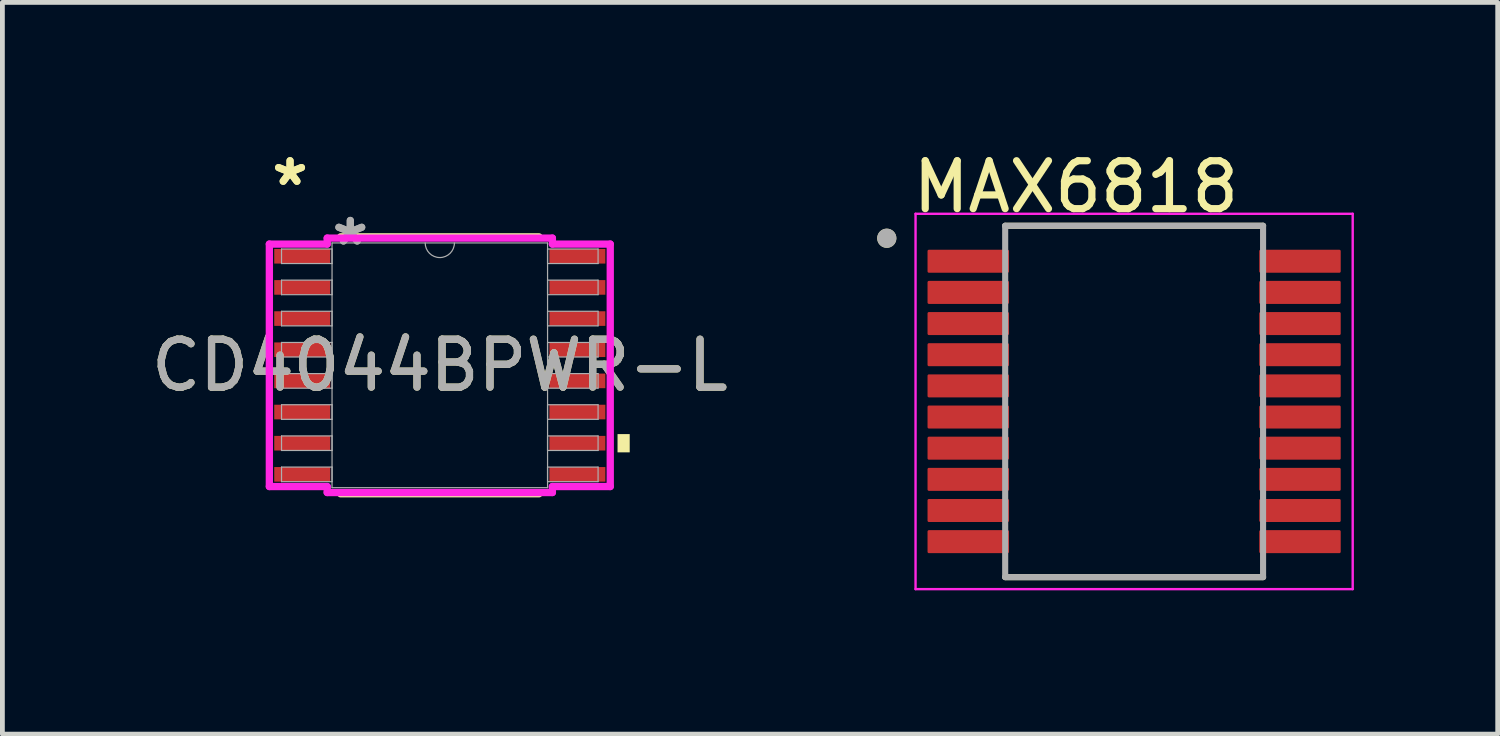
<source format=kicad_pcb>
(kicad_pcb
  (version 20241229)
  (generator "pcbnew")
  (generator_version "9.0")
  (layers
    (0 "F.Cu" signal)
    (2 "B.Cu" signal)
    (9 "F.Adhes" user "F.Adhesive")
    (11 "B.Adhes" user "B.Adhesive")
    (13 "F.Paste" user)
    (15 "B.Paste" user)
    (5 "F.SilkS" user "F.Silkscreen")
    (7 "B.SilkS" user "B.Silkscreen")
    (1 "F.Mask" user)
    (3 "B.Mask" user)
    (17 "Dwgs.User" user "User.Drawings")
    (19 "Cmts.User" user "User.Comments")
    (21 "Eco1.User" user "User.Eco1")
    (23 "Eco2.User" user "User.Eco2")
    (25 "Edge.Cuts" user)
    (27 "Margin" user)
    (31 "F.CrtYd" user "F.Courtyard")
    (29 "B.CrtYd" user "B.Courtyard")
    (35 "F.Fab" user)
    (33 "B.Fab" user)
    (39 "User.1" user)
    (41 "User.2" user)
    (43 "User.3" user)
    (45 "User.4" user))
  (footprint "CD4044BPWR-L"
    (layer "F.Cu")
    (at 6.125 4.571)
    (property "Reference" "CD4044BPWR-L" (at 0 0 0) (unlocked yes) (layer "F.SilkS") (effects (font (size 1 1) (thickness 0.15))))
    (attr smd)
    (fp_line (start -2.069 2.68) (end 2.069 2.68) (stroke (width 0.152) (type solid)) (layer "F.SilkS"))
    (fp_line (start 2.069 -2.68) (end -2.069 -2.68) (stroke (width 0.152) (type solid)) (layer "F.SilkS"))
    (fp_poly (pts (xy 3.962 1.435) (xy 3.962 1.816) (xy 3.708 1.816) (xy 3.708 1.435)) (stroke (width 0) (type solid)) (fill yes) (layer "F.SilkS"))
    (fp_line (start -3.556 -2.529) (end -2.349 -2.529) (stroke (width 0.152) (type solid)) (layer "F.CrtYd"))
    (fp_line (start -3.556 2.529) (end -3.556 -2.529) (stroke (width 0.152) (type solid)) (layer "F.CrtYd"))
    (fp_line (start -3.556 2.529) (end -2.349 2.529) (stroke (width 0.152) (type solid)) (layer "F.CrtYd"))
    (fp_line (start -2.349 -2.654) (end 2.349 -2.654) (stroke (width 0.152) (type solid)) (layer "F.CrtYd"))
    (fp_line (start -2.349 -2.529) (end -2.349 -2.654) (stroke (width 0.152) (type solid)) (layer "F.CrtYd"))
    (fp_line (start -2.349 2.654) (end -2.349 2.529) (stroke (width 0.152) (type solid)) (layer "F.CrtYd"))
    (fp_line (start 2.349 -2.654) (end 2.349 -2.529) (stroke (width 0.152) (type solid)) (layer "F.CrtYd"))
    (fp_line (start 2.349 2.529) (end 2.349 2.654) (stroke (width 0.152) (type solid)) (layer "F.CrtYd"))
    (fp_line (start 2.349 2.654) (end -2.349 2.654) (stroke (width 0.152) (type solid)) (layer "F.CrtYd"))
    (fp_line (start 3.556 -2.529) (end 2.349 -2.529) (stroke (width 0.152) (type solid)) (layer "F.CrtYd"))
    (fp_line (start 3.556 -2.529) (end 3.556 2.529) (stroke (width 0.152) (type solid)) (layer "F.CrtYd"))
    (fp_line (start 3.556 2.529) (end 2.349 2.529) (stroke (width 0.152) (type solid)) (layer "F.CrtYd"))
    (fp_line (start -3.302 -2.427) (end -3.302 -2.123) (stroke (width 0.025) (type solid)) (layer "F.Fab"))
    (fp_line (start -3.302 -2.123) (end -2.248 -2.123) (stroke (width 0.025) (type solid)) (layer "F.Fab"))
    (fp_line (start -3.302 -1.777) (end -3.302 -1.473) (stroke (width 0.025) (type solid)) (layer "F.Fab"))
    (fp_line (start -3.302 -1.473) (end -2.248 -1.473) (stroke (width 0.025) (type solid)) (layer "F.Fab"))
    (fp_line (start -3.302 -1.127) (end -3.302 -0.823) (stroke (width 0.025) (type solid)) (layer "F.Fab"))
    (fp_line (start -3.302 -0.823) (end -2.248 -0.823) (stroke (width 0.025) (type solid)) (layer "F.Fab"))
    (fp_line (start -3.302 -0.477) (end -3.302 -0.173) (stroke (width 0.025) (type solid)) (layer "F.Fab"))
    (fp_line (start -3.302 -0.173) (end -2.248 -0.173) (stroke (width 0.025) (type solid)) (layer "F.Fab"))
    (fp_line (start -3.302 0.173) (end -3.302 0.477) (stroke (width 0.025) (type solid)) (layer "F.Fab"))
    (fp_line (start -3.302 0.477) (end -2.248 0.477) (stroke (width 0.025) (type solid)) (layer "F.Fab"))
    (fp_line (start -3.302 0.823) (end -3.302 1.127) (stroke (width 0.025) (type solid)) (layer "F.Fab"))
    (fp_line (start -3.302 1.127) (end -2.248 1.127) (stroke (width 0.025) (type solid)) (layer "F.Fab"))
    (fp_line (start -3.302 1.473) (end -3.302 1.777) (stroke (width 0.025) (type solid)) (layer "F.Fab"))
    (fp_line (start -3.302 1.777) (end -2.248 1.777) (stroke (width 0.025) (type solid)) (layer "F.Fab"))
    (fp_line (start -3.302 2.123) (end -3.302 2.427) (stroke (width 0.025) (type solid)) (layer "F.Fab"))
    (fp_line (start -3.302 2.427) (end -2.248 2.427) (stroke (width 0.025) (type solid)) (layer "F.Fab"))
    (fp_line (start -2.248 -2.553) (end -2.248 2.553) (stroke (width 0.025) (type solid)) (layer "F.Fab"))
    (fp_line (start -2.248 -2.427) (end -3.302 -2.427) (stroke (width 0.025) (type solid)) (layer "F.Fab"))
    (fp_line (start -2.248 -2.123) (end -2.248 -2.427) (stroke (width 0.025) (type solid)) (layer "F.Fab"))
    (fp_line (start -2.248 -1.777) (end -3.302 -1.777) (stroke (width 0.025) (type solid)) (layer "F.Fab"))
    (fp_line (start -2.248 -1.473) (end -2.248 -1.777) (stroke (width 0.025) (type solid)) (layer "F.Fab"))
    (fp_line (start -2.248 -1.127) (end -3.302 -1.127) (stroke (width 0.025) (type solid)) (layer "F.Fab"))
    (fp_line (start -2.248 -0.823) (end -2.248 -1.127) (stroke (width 0.025) (type solid)) (layer "F.Fab"))
    (fp_line (start -2.248 -0.477) (end -3.302 -0.477) (stroke (width 0.025) (type solid)) (layer "F.Fab"))
    (fp_line (start -2.248 -0.173) (end -2.248 -0.477) (stroke (width 0.025) (type solid)) (layer "F.Fab"))
    (fp_line (start -2.248 0.173) (end -3.302 0.173) (stroke (width 0.025) (type solid)) (layer "F.Fab"))
    (fp_line (start -2.248 0.477) (end -2.248 0.173) (stroke (width 0.025) (type solid)) (layer "F.Fab"))
    (fp_line (start -2.248 0.823) (end -3.302 0.823) (stroke (width 0.025) (type solid)) (layer "F.Fab"))
    (fp_line (start -2.248 1.127) (end -2.248 0.823) (stroke (width 0.025) (type solid)) (layer "F.Fab"))
    (fp_line (start -2.248 1.473) (end -3.302 1.473) (stroke (width 0.025) (type solid)) (layer "F.Fab"))
    (fp_line (start -2.248 1.777) (end -2.248 1.473) (stroke (width 0.025) (type solid)) (layer "F.Fab"))
    (fp_line (start -2.248 2.123) (end -3.302 2.123) (stroke (width 0.025) (type solid)) (layer "F.Fab"))
    (fp_line (start -2.248 2.427) (end -2.248 2.123) (stroke (width 0.025) (type solid)) (layer "F.Fab"))
    (fp_line (start -2.248 2.553) (end 2.248 2.553) (stroke (width 0.025) (type solid)) (layer "F.Fab"))
    (fp_line (start 2.248 -2.553) (end -2.248 -2.553) (stroke (width 0.025) (type solid)) (layer "F.Fab"))
    (fp_line (start 2.248 -2.427) (end 2.248 -2.123) (stroke (width 0.025) (type solid)) (layer "F.Fab"))
    (fp_line (start 2.248 -2.123) (end 3.302 -2.123) (stroke (width 0.025) (type solid)) (layer "F.Fab"))
    (fp_line (start 2.248 -1.777) (end 2.248 -1.473) (stroke (width 0.025) (type solid)) (layer "F.Fab"))
    (fp_line (start 2.248 -1.473) (end 3.302 -1.473) (stroke (width 0.025) (type solid)) (layer "F.Fab"))
    (fp_line (start 2.248 -1.127) (end 2.248 -0.823) (stroke (width 0.025) (type solid)) (layer "F.Fab"))
    (fp_line (start 2.248 -0.823) (end 3.302 -0.823) (stroke (width 0.025) (type solid)) (layer "F.Fab"))
    (fp_line (start 2.248 -0.477) (end 2.248 -0.173) (stroke (width 0.025) (type solid)) (layer "F.Fab"))
    (fp_line (start 2.248 -0.173) (end 3.302 -0.173) (stroke (width 0.025) (type solid)) (layer "F.Fab"))
    (fp_line (start 2.248 0.173) (end 2.248 0.477) (stroke (width 0.025) (type solid)) (layer "F.Fab"))
    (fp_line (start 2.248 0.477) (end 3.302 0.477) (stroke (width 0.025) (type solid)) (layer "F.Fab"))
    (fp_line (start 2.248 0.823) (end 2.248 1.127) (stroke (width 0.025) (type solid)) (layer "F.Fab"))
    (fp_line (start 2.248 1.127) (end 3.302 1.127) (stroke (width 0.025) (type solid)) (layer "F.Fab"))
    (fp_line (start 2.248 1.473) (end 2.248 1.777) (stroke (width 0.025) (type solid)) (layer "F.Fab"))
    (fp_line (start 2.248 1.777) (end 3.302 1.777) (stroke (width 0.025) (type solid)) (layer "F.Fab"))
    (fp_line (start 2.248 2.123) (end 2.248 2.427) (stroke (width 0.025) (type solid)) (layer "F.Fab"))
    (fp_line (start 2.248 2.427) (end 3.302 2.427) (stroke (width 0.025) (type solid)) (layer "F.Fab"))
    (fp_line (start 2.248 2.553) (end 2.248 -2.553) (stroke (width 0.025) (type solid)) (layer "F.Fab"))
    (fp_line (start 3.302 -2.427) (end 2.248 -2.427) (stroke (width 0.025) (type solid)) (layer "F.Fab"))
    (fp_line (start 3.302 -2.123) (end 3.302 -2.427) (stroke (width 0.025) (type solid)) (layer "F.Fab"))
    (fp_line (start 3.302 -1.777) (end 2.248 -1.777) (stroke (width 0.025) (type solid)) (layer "F.Fab"))
    (fp_line (start 3.302 -1.473) (end 3.302 -1.777) (stroke (width 0.025) (type solid)) (layer "F.Fab"))
    (fp_line (start 3.302 -1.127) (end 2.248 -1.127) (stroke (width 0.025) (type solid)) (layer "F.Fab"))
    (fp_line (start 3.302 -0.823) (end 3.302 -1.127) (stroke (width 0.025) (type solid)) (layer "F.Fab"))
    (fp_line (start 3.302 -0.477) (end 2.248 -0.477) (stroke (width 0.025) (type solid)) (layer "F.Fab"))
    (fp_line (start 3.302 -0.173) (end 3.302 -0.477) (stroke (width 0.025) (type solid)) (layer "F.Fab"))
    (fp_line (start 3.302 0.173) (end 2.248 0.173) (stroke (width 0.025) (type solid)) (layer "F.Fab"))
    (fp_line (start 3.302 0.477) (end 3.302 0.173) (stroke (width 0.025) (type solid)) (layer "F.Fab"))
    (fp_line (start 3.302 0.823) (end 2.248 0.823) (stroke (width 0.025) (type solid)) (layer "F.Fab"))
    (fp_line (start 3.302 1.127) (end 3.302 0.823) (stroke (width 0.025) (type solid)) (layer "F.Fab"))
    (fp_line (start 3.302 1.473) (end 2.248 1.473) (stroke (width 0.025) (type solid)) (layer "F.Fab"))
    (fp_line (start 3.302 1.777) (end 3.302 1.473) (stroke (width 0.025) (type solid)) (layer "F.Fab"))
    (fp_line (start 3.302 2.123) (end 2.248 2.123) (stroke (width 0.025) (type solid)) (layer "F.Fab"))
    (fp_line (start 3.302 2.427) (end 3.302 2.123) (stroke (width 0.025) (type solid)) (layer "F.Fab"))
    (fp_arc (start 0.3048 -2.5527) (mid 0 -2.2479) (end -0.3048 -2.5527) (stroke (width 0.0254) (type solid)) (layer "F.Fab"))
    (fp_text user "*" (at -3.124 -3.723 0) (unlocked yes) (layer "F.SilkS") (effects (font (size 1 1) (thickness 0.15))))
    (fp_text user "*" (at -3.124 -3.723 0) (layer "F.SilkS") (effects (font (size 1 1) (thickness 0.15))))
    (fp_text user "*" (at -1.867 -2.477 0) (unlocked yes) (layer "F.Fab") (effects (font (size 1 1) (thickness 0.15))))
    (fp_text user "${REFERENCE}" (at 0 0 0) (unlocked yes) (layer "F.Fab") (effects (font (size 1 1) (thickness 0.15))))
    (fp_text user "*" (at -1.867 -2.477 0) (layer "F.Fab") (effects (font (size 1 1) (thickness 0.15))))
    (pad "1" smd rect (at -2.87 -2.275) (size 1.168 0.305) (layers "F.Cu" "F.Mask" "F.Paste"))
    (pad "2" smd rect (at -2.87 -1.625) (size 1.168 0.305) (layers "F.Cu" "F.Mask" "F.Paste"))
    (pad "3" smd rect (at -2.87 -0.975) (size 1.168 0.305) (layers "F.Cu" "F.Mask" "F.Paste"))
    (pad "4" smd rect (at -2.87 -0.325) (size 1.168 0.305) (layers "F.Cu" "F.Mask" "F.Paste"))
    (pad "5" smd rect (at -2.87 0.325) (size 1.168 0.305) (layers "F.Cu" "F.Mask" "F.Paste"))
    (pad "6" smd rect (at -2.87 0.975) (size 1.168 0.305) (layers "F.Cu" "F.Mask" "F.Paste"))
    (pad "7" smd rect (at -2.87 1.625) (size 1.168 0.305) (layers "F.Cu" "F.Mask" "F.Paste"))
    (pad "8" smd rect (at -2.87 2.275) (size 1.168 0.305) (layers "F.Cu" "F.Mask" "F.Paste"))
    (pad "9" smd rect (at 2.87 2.275) (size 1.168 0.305) (layers "F.Cu" "F.Mask" "F.Paste"))
    (pad "10" smd rect (at 2.87 1.625) (size 1.168 0.305) (layers "F.Cu" "F.Mask" "F.Paste"))
    (pad "11" smd rect (at 2.87 0.975) (size 1.168 0.305) (layers "F.Cu" "F.Mask" "F.Paste"))
    (pad "12" smd rect (at 2.87 0.325) (size 1.168 0.305) (layers "F.Cu" "F.Mask" "F.Paste"))
    (pad "13" smd rect (at 2.87 -0.325) (size 1.168 0.305) (layers "F.Cu" "F.Mask" "F.Paste"))
    (pad "14" smd rect (at 2.87 -0.975) (size 1.168 0.305) (layers "F.Cu" "F.Mask" "F.Paste"))
    (pad "15" smd rect (at 2.87 -1.625) (size 1.168 0.305) (layers "F.Cu" "F.Mask" "F.Paste"))
    (pad "16" smd rect (at 2.87 -2.275) (size 1.168 0.305) (layers "F.Cu" "F.Mask" "F.Paste")))
  (footprint "MAX6818"
    (layer "F.Cu")
    (at 20.61 5.325)
    (property "Reference" "MAX6818" (at -1.215 -4.477 0) (layer "F.SilkS") (effects (font (size 1 1) (thickness 0.15))))
    (attr smd)
    (fp_line (start -2.69 -3.665) (end 2.69 -3.665) (stroke (width 0.127) (type solid)) (layer "F.SilkS"))
    (fp_line (start -2.69 3.665) (end 2.69 3.665) (stroke (width 0.127) (type solid)) (layer "F.SilkS"))
    (fp_circle (center -5.16 -3.405) (end -5.06 -3.405) (stroke (width 0.2) (type solid)) (fill no) (layer "F.SilkS"))
    (fp_line (start -4.56 -3.915) (end -4.56 3.915) (stroke (width 0.05) (type solid)) (layer "F.CrtYd"))
    (fp_line (start -4.56 -3.915) (end 4.56 -3.915) (stroke (width 0.05) (type solid)) (layer "F.CrtYd"))
    (fp_line (start -4.56 3.915) (end 4.56 3.915) (stroke (width 0.05) (type solid)) (layer "F.CrtYd"))
    (fp_line (start 4.56 -3.915) (end 4.56 3.915) (stroke (width 0.05) (type solid)) (layer "F.CrtYd"))
    (fp_line (start -2.69 -3.665) (end -2.69 3.665) (stroke (width 0.127) (type solid)) (layer "F.Fab"))
    (fp_line (start -2.69 -3.665) (end 2.69 -3.665) (stroke (width 0.127) (type solid)) (layer "F.Fab"))
    (fp_line (start -2.69 3.665) (end 2.69 3.665) (stroke (width 0.127) (type solid)) (layer "F.Fab"))
    (fp_line (start 2.69 -3.665) (end 2.69 3.665) (stroke (width 0.127) (type solid)) (layer "F.Fab"))
    (fp_circle (center -5.16 -3.405) (end -5.06 -3.405) (stroke (width 0.2) (type solid)) (fill no) (layer "F.Fab"))
    (pad "1" smd roundrect (at -3.46 -2.925) (size 1.7 0.48) (layers "F.Cu" "F.Mask" "F.Paste") (roundrect_rratio 0.06))
    (pad "2" smd roundrect (at -3.46 -2.275) (size 1.7 0.48) (layers "F.Cu" "F.Mask" "F.Paste") (roundrect_rratio 0.06))
    (pad "3" smd roundrect (at -3.46 -1.625) (size 1.7 0.48) (layers "F.Cu" "F.Mask" "F.Paste") (roundrect_rratio 0.06))
    (pad "4" smd roundrect (at -3.46 -0.975) (size 1.7 0.48) (layers "F.Cu" "F.Mask" "F.Paste") (roundrect_rratio 0.06))
    (pad "5" smd roundrect (at -3.46 -0.325) (size 1.7 0.48) (layers "F.Cu" "F.Mask" "F.Paste") (roundrect_rratio 0.06))
    (pad "6" smd roundrect (at -3.46 0.325) (size 1.7 0.48) (layers "F.Cu" "F.Mask" "F.Paste") (roundrect_rratio 0.06))
    (pad "7" smd roundrect (at -3.46 0.975) (size 1.7 0.48) (layers "F.Cu" "F.Mask" "F.Paste") (roundrect_rratio 0.06))
    (pad "8" smd roundrect (at -3.46 1.625) (size 1.7 0.48) (layers "F.Cu" "F.Mask" "F.Paste") (roundrect_rratio 0.06))
    (pad "9" smd roundrect (at -3.46 2.275) (size 1.7 0.48) (layers "F.Cu" "F.Mask" "F.Paste") (roundrect_rratio 0.06))
    (pad "10" smd roundrect (at -3.46 2.925) (size 1.7 0.48) (layers "F.Cu" "F.Mask" "F.Paste") (roundrect_rratio 0.06))
    (pad "11" smd roundrect (at 3.46 2.925) (size 1.7 0.48) (layers "F.Cu" "F.Mask" "F.Paste") (roundrect_rratio 0.06))
    (pad "12" smd roundrect (at 3.46 2.275) (size 1.7 0.48) (layers "F.Cu" "F.Mask" "F.Paste") (roundrect_rratio 0.06))
    (pad "13" smd roundrect (at 3.46 1.625) (size 1.7 0.48) (layers "F.Cu" "F.Mask" "F.Paste") (roundrect_rratio 0.06))
    (pad "14" smd roundrect (at 3.46 0.975) (size 1.7 0.48) (layers "F.Cu" "F.Mask" "F.Paste") (roundrect_rratio 0.06))
    (pad "15" smd roundrect (at 3.46 0.325) (size 1.7 0.48) (layers "F.Cu" "F.Mask" "F.Paste") (roundrect_rratio 0.06))
    (pad "16" smd roundrect (at 3.46 -0.325) (size 1.7 0.48) (layers "F.Cu" "F.Mask" "F.Paste") (roundrect_rratio 0.06))
    (pad "17" smd roundrect (at 3.46 -0.975) (size 1.7 0.48) (layers "F.Cu" "F.Mask" "F.Paste") (roundrect_rratio 0.06))
    (pad "18" smd roundrect (at 3.46 -1.625) (size 1.7 0.48) (layers "F.Cu" "F.Mask" "F.Paste") (roundrect_rratio 0.06))
    (pad "19" smd roundrect (at 3.46 -2.275) (size 1.7 0.48) (layers "F.Cu" "F.Mask" "F.Paste") (roundrect_rratio 0.06))
    (pad "20" smd roundrect (at 3.46 -2.925) (size 1.7 0.48) (layers "F.Cu" "F.Mask" "F.Paste") (roundrect_rratio 0.06)))
  (gr_rect
    (start -3 -3)
    (end 28.195 12.265)
    (stroke (width 0.1) (type default))
    (fill no)
    (layer "Edge.Cuts")))
</source>
